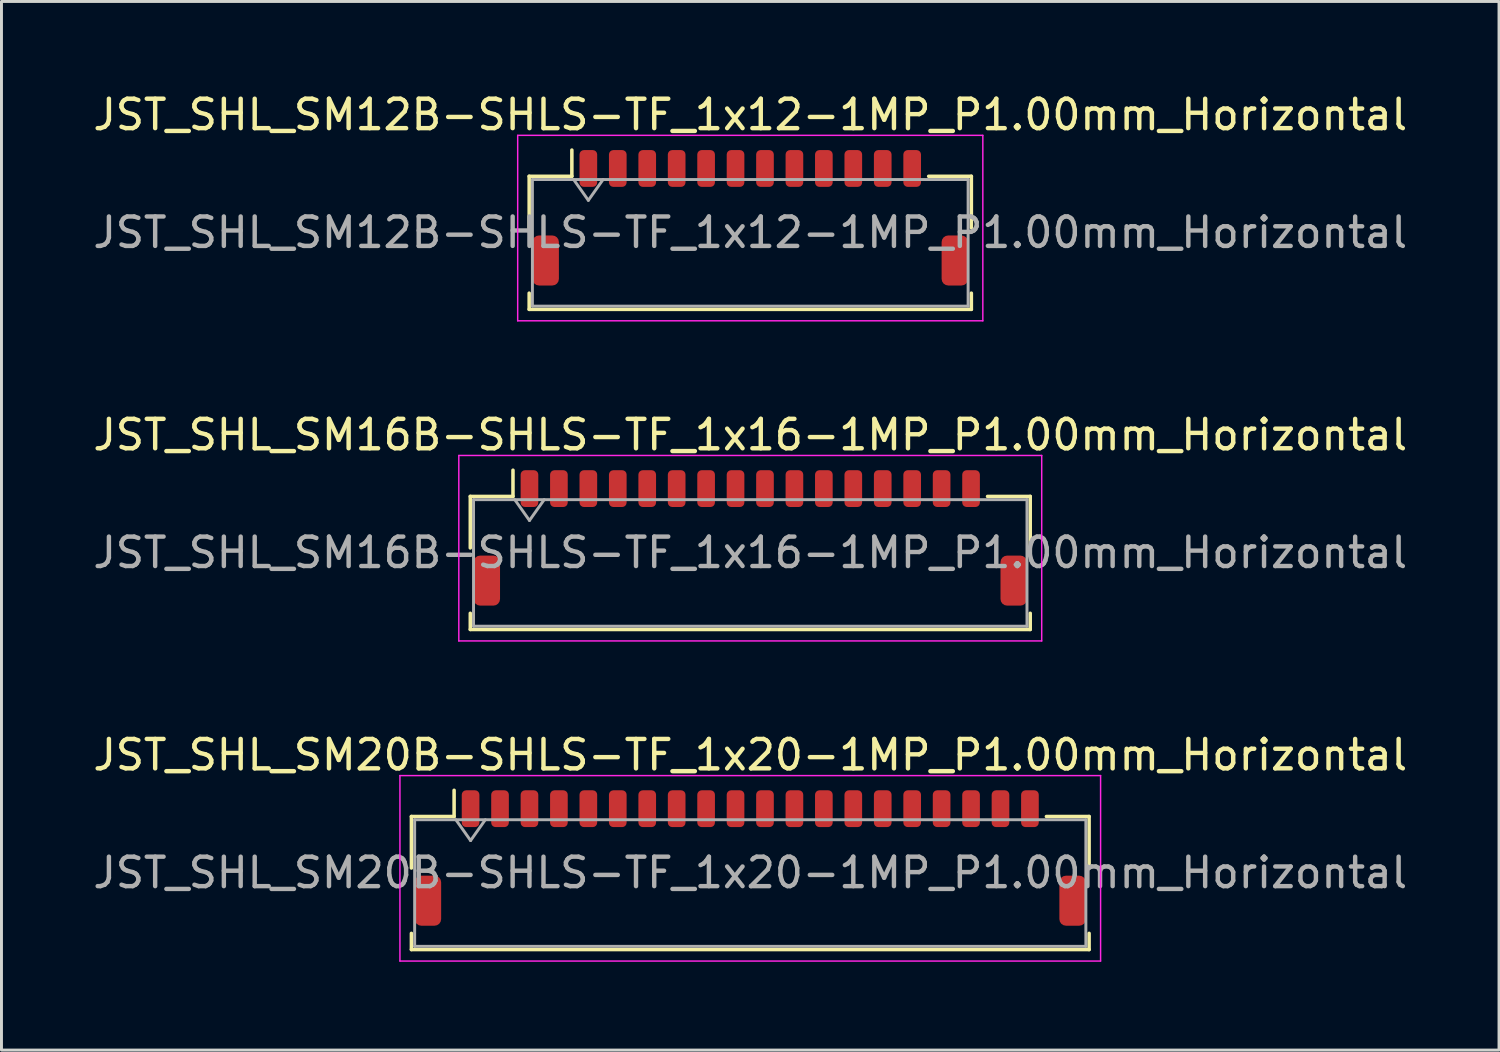
<source format=kicad_pcb>
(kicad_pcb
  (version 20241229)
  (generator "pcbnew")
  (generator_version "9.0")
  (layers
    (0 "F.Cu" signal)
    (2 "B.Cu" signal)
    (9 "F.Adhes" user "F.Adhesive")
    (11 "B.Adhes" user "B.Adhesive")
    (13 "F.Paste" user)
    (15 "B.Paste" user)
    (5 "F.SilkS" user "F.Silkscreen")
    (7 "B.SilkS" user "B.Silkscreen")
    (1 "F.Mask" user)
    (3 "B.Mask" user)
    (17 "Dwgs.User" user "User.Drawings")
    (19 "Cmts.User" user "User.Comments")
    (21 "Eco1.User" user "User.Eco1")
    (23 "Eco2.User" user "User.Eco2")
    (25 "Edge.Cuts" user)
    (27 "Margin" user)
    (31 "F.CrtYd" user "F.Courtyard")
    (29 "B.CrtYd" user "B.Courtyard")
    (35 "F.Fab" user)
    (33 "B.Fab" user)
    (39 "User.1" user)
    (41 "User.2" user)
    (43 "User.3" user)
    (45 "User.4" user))
  (footprint "JST_SHL_SM16B-SHLS-TF_1x16-1MP_P1.00mm_Horizontal"
    (layer "F.Cu")
    (at 22.435 15.222)
    (property "Reference" "JST_SHL_SM16B-SHLS-TF_1x16-1MP_P1.00mm_Horizontal" (at 0 -3.5 0) (layer "F.SilkS") (effects (font (size 1 1) (thickness 0.15))))
    (attr smd)
    (fp_line (start -9.51 -1.41) (end -8.06 -1.41) (stroke (width 0.12) (type solid)) (layer "F.SilkS"))
    (fp_line (start -9.51 0.34) (end -9.51 -1.41) (stroke (width 0.12) (type solid)) (layer "F.SilkS"))
    (fp_line (start -9.51 2.56) (end -9.51 3.11) (stroke (width 0.12) (type solid)) (layer "F.SilkS"))
    (fp_line (start -9.51 3.11) (end 9.51 3.11) (stroke (width 0.12) (type solid)) (layer "F.SilkS"))
    (fp_line (start -8.06 -1.41) (end -8.06 -2.3) (stroke (width 0.12) (type solid)) (layer "F.SilkS"))
    (fp_line (start 9.51 -1.41) (end 8.06 -1.41) (stroke (width 0.12) (type solid)) (layer "F.SilkS"))
    (fp_line (start 9.51 0.34) (end 9.51 -1.41) (stroke (width 0.12) (type solid)) (layer "F.SilkS"))
    (fp_line (start 9.51 3.11) (end 9.51 2.56) (stroke (width 0.12) (type solid)) (layer "F.SilkS"))
    (fp_line (start -9.9 -2.8) (end -9.9 3.5) (stroke (width 0.05) (type solid)) (layer "F.CrtYd"))
    (fp_line (start -9.9 3.5) (end 9.9 3.5) (stroke (width 0.05) (type solid)) (layer "F.CrtYd"))
    (fp_line (start 9.9 -2.8) (end -9.9 -2.8) (stroke (width 0.05) (type solid)) (layer "F.CrtYd"))
    (fp_line (start 9.9 3.5) (end 9.9 -2.8) (stroke (width 0.05) (type solid)) (layer "F.CrtYd"))
    (fp_line (start -9.4 -1.3) (end -9.4 3) (stroke (width 0.1) (type solid)) (layer "F.Fab"))
    (fp_line (start -9.4 -1.3) (end 9.4 -1.3) (stroke (width 0.1) (type solid)) (layer "F.Fab"))
    (fp_line (start -9.4 3) (end 9.4 3) (stroke (width 0.1) (type solid)) (layer "F.Fab"))
    (fp_line (start -8 -1.3) (end -7.5 -0.593) (stroke (width 0.1) (type solid)) (layer "F.Fab"))
    (fp_line (start -7.5 -0.593) (end -7 -1.3) (stroke (width 0.1) (type solid)) (layer "F.Fab"))
    (fp_line (start 9.4 -1.3) (end 9.4 3) (stroke (width 0.1) (type solid)) (layer "F.Fab"))
    (fp_text user "${REFERENCE}" (at 0 0.5 0) (layer "F.Fab") (effects (font (size 1 1) (thickness 0.15))))
    (pad "1" smd roundrect (at -7.5 -1.675) (size 0.6 1.25) (layers "F.Cu" "F.Mask" "F.Paste") (roundrect_rratio 0.25))
    (pad "2" smd roundrect (at -6.5 -1.675) (size 0.6 1.25) (layers "F.Cu" "F.Mask" "F.Paste") (roundrect_rratio 0.25))
    (pad "3" smd roundrect (at -5.5 -1.675) (size 0.6 1.25) (layers "F.Cu" "F.Mask" "F.Paste") (roundrect_rratio 0.25))
    (pad "4" smd roundrect (at -4.5 -1.675) (size 0.6 1.25) (layers "F.Cu" "F.Mask" "F.Paste") (roundrect_rratio 0.25))
    (pad "5" smd roundrect (at -3.5 -1.675) (size 0.6 1.25) (layers "F.Cu" "F.Mask" "F.Paste") (roundrect_rratio 0.25))
    (pad "6" smd roundrect (at -2.5 -1.675) (size 0.6 1.25) (layers "F.Cu" "F.Mask" "F.Paste") (roundrect_rratio 0.25))
    (pad "7" smd roundrect (at -1.5 -1.675) (size 0.6 1.25) (layers "F.Cu" "F.Mask" "F.Paste") (roundrect_rratio 0.25))
    (pad "8" smd roundrect (at -0.5 -1.675) (size 0.6 1.25) (layers "F.Cu" "F.Mask" "F.Paste") (roundrect_rratio 0.25))
    (pad "9" smd roundrect (at 0.5 -1.675) (size 0.6 1.25) (layers "F.Cu" "F.Mask" "F.Paste") (roundrect_rratio 0.25))
    (pad "10" smd roundrect (at 1.5 -1.675) (size 0.6 1.25) (layers "F.Cu" "F.Mask" "F.Paste") (roundrect_rratio 0.25))
    (pad "11" smd roundrect (at 2.5 -1.675) (size 0.6 1.25) (layers "F.Cu" "F.Mask" "F.Paste") (roundrect_rratio 0.25))
    (pad "12" smd roundrect (at 3.5 -1.675) (size 0.6 1.25) (layers "F.Cu" "F.Mask" "F.Paste") (roundrect_rratio 0.25))
    (pad "13" smd roundrect (at 4.5 -1.675) (size 0.6 1.25) (layers "F.Cu" "F.Mask" "F.Paste") (roundrect_rratio 0.25))
    (pad "14" smd roundrect (at 5.5 -1.675) (size 0.6 1.25) (layers "F.Cu" "F.Mask" "F.Paste") (roundrect_rratio 0.25))
    (pad "15" smd roundrect (at 6.5 -1.675) (size 0.6 1.25) (layers "F.Cu" "F.Mask" "F.Paste") (roundrect_rratio 0.25))
    (pad "16" smd roundrect (at 7.5 -1.675) (size 0.6 1.25) (layers "F.Cu" "F.Mask" "F.Paste") (roundrect_rratio 0.25))
    (pad "MP" smd roundrect (at -8.95 1.45) (size 0.9 1.7) (layers "F.Cu" "F.Mask" "F.Paste") (roundrect_rratio 0.25))
    (pad "MP" smd roundrect (at 8.95 1.45) (size 0.9 1.7) (layers "F.Cu" "F.Mask" "F.Paste") (roundrect_rratio 0.25)))
  (footprint "JST_SHL_SM20B-SHLS-TF_1x20-1MP_P1.00mm_Horizontal"
    (layer "F.Cu")
    (at 22.435 26.095)
    (property "Reference" "JST_SHL_SM20B-SHLS-TF_1x20-1MP_P1.00mm_Horizontal" (at 0 -3.5 0) (layer "F.SilkS") (effects (font (size 1 1) (thickness 0.15))))
    (attr smd)
    (fp_line (start -11.51 -1.41) (end -10.06 -1.41) (stroke (width 0.12) (type solid)) (layer "F.SilkS"))
    (fp_line (start -11.51 0.34) (end -11.51 -1.41) (stroke (width 0.12) (type solid)) (layer "F.SilkS"))
    (fp_line (start -11.51 2.56) (end -11.51 3.11) (stroke (width 0.12) (type solid)) (layer "F.SilkS"))
    (fp_line (start -11.51 3.11) (end 11.51 3.11) (stroke (width 0.12) (type solid)) (layer "F.SilkS"))
    (fp_line (start -10.06 -1.41) (end -10.06 -2.3) (stroke (width 0.12) (type solid)) (layer "F.SilkS"))
    (fp_line (start 11.51 -1.41) (end 10.06 -1.41) (stroke (width 0.12) (type solid)) (layer "F.SilkS"))
    (fp_line (start 11.51 0.34) (end 11.51 -1.41) (stroke (width 0.12) (type solid)) (layer "F.SilkS"))
    (fp_line (start 11.51 3.11) (end 11.51 2.56) (stroke (width 0.12) (type solid)) (layer "F.SilkS"))
    (fp_line (start -11.9 -2.8) (end -11.9 3.5) (stroke (width 0.05) (type solid)) (layer "F.CrtYd"))
    (fp_line (start -11.9 3.5) (end 11.9 3.5) (stroke (width 0.05) (type solid)) (layer "F.CrtYd"))
    (fp_line (start 11.9 -2.8) (end -11.9 -2.8) (stroke (width 0.05) (type solid)) (layer "F.CrtYd"))
    (fp_line (start 11.9 3.5) (end 11.9 -2.8) (stroke (width 0.05) (type solid)) (layer "F.CrtYd"))
    (fp_line (start -11.4 -1.3) (end -11.4 3) (stroke (width 0.1) (type solid)) (layer "F.Fab"))
    (fp_line (start -11.4 -1.3) (end 11.4 -1.3) (stroke (width 0.1) (type solid)) (layer "F.Fab"))
    (fp_line (start -11.4 3) (end 11.4 3) (stroke (width 0.1) (type solid)) (layer "F.Fab"))
    (fp_line (start -10 -1.3) (end -9.5 -0.593) (stroke (width 0.1) (type solid)) (layer "F.Fab"))
    (fp_line (start -9.5 -0.593) (end -9 -1.3) (stroke (width 0.1) (type solid)) (layer "F.Fab"))
    (fp_line (start 11.4 -1.3) (end 11.4 3) (stroke (width 0.1) (type solid)) (layer "F.Fab"))
    (fp_text user "${REFERENCE}" (at 0 0.5 0) (layer "F.Fab") (effects (font (size 1 1) (thickness 0.15))))
    (pad "1" smd roundrect (at -9.5 -1.675) (size 0.6 1.25) (layers "F.Cu" "F.Mask" "F.Paste") (roundrect_rratio 0.25))
    (pad "2" smd roundrect (at -8.5 -1.675) (size 0.6 1.25) (layers "F.Cu" "F.Mask" "F.Paste") (roundrect_rratio 0.25))
    (pad "3" smd roundrect (at -7.5 -1.675) (size 0.6 1.25) (layers "F.Cu" "F.Mask" "F.Paste") (roundrect_rratio 0.25))
    (pad "4" smd roundrect (at -6.5 -1.675) (size 0.6 1.25) (layers "F.Cu" "F.Mask" "F.Paste") (roundrect_rratio 0.25))
    (pad "5" smd roundrect (at -5.5 -1.675) (size 0.6 1.25) (layers "F.Cu" "F.Mask" "F.Paste") (roundrect_rratio 0.25))
    (pad "6" smd roundrect (at -4.5 -1.675) (size 0.6 1.25) (layers "F.Cu" "F.Mask" "F.Paste") (roundrect_rratio 0.25))
    (pad "7" smd roundrect (at -3.5 -1.675) (size 0.6 1.25) (layers "F.Cu" "F.Mask" "F.Paste") (roundrect_rratio 0.25))
    (pad "8" smd roundrect (at -2.5 -1.675) (size 0.6 1.25) (layers "F.Cu" "F.Mask" "F.Paste") (roundrect_rratio 0.25))
    (pad "9" smd roundrect (at -1.5 -1.675) (size 0.6 1.25) (layers "F.Cu" "F.Mask" "F.Paste") (roundrect_rratio 0.25))
    (pad "10" smd roundrect (at -0.5 -1.675) (size 0.6 1.25) (layers "F.Cu" "F.Mask" "F.Paste") (roundrect_rratio 0.25))
    (pad "11" smd roundrect (at 0.5 -1.675) (size 0.6 1.25) (layers "F.Cu" "F.Mask" "F.Paste") (roundrect_rratio 0.25))
    (pad "12" smd roundrect (at 1.5 -1.675) (size 0.6 1.25) (layers "F.Cu" "F.Mask" "F.Paste") (roundrect_rratio 0.25))
    (pad "13" smd roundrect (at 2.5 -1.675) (size 0.6 1.25) (layers "F.Cu" "F.Mask" "F.Paste") (roundrect_rratio 0.25))
    (pad "14" smd roundrect (at 3.5 -1.675) (size 0.6 1.25) (layers "F.Cu" "F.Mask" "F.Paste") (roundrect_rratio 0.25))
    (pad "15" smd roundrect (at 4.5 -1.675) (size 0.6 1.25) (layers "F.Cu" "F.Mask" "F.Paste") (roundrect_rratio 0.25))
    (pad "16" smd roundrect (at 5.5 -1.675) (size 0.6 1.25) (layers "F.Cu" "F.Mask" "F.Paste") (roundrect_rratio 0.25))
    (pad "17" smd roundrect (at 6.5 -1.675) (size 0.6 1.25) (layers "F.Cu" "F.Mask" "F.Paste") (roundrect_rratio 0.25))
    (pad "18" smd roundrect (at 7.5 -1.675) (size 0.6 1.25) (layers "F.Cu" "F.Mask" "F.Paste") (roundrect_rratio 0.25))
    (pad "19" smd roundrect (at 8.5 -1.675) (size 0.6 1.25) (layers "F.Cu" "F.Mask" "F.Paste") (roundrect_rratio 0.25))
    (pad "20" smd roundrect (at 9.5 -1.675) (size 0.6 1.25) (layers "F.Cu" "F.Mask" "F.Paste") (roundrect_rratio 0.25))
    (pad "MP" smd roundrect (at -10.95 1.45) (size 0.9 1.7) (layers "F.Cu" "F.Mask" "F.Paste") (roundrect_rratio 0.25))
    (pad "MP" smd roundrect (at 10.95 1.45) (size 0.9 1.7) (layers "F.Cu" "F.Mask" "F.Paste") (roundrect_rratio 0.25)))
  (footprint "JST_SHL_SM12B-SHLS-TF_1x12-1MP_P1.00mm_Horizontal"
    (layer "F.Cu")
    (at 22.435 4.348)
    (property "Reference" "JST_SHL_SM12B-SHLS-TF_1x12-1MP_P1.00mm_Horizontal" (at 0 -3.5 0) (layer "F.SilkS") (effects (font (size 1 1) (thickness 0.15))))
    (attr smd)
    (fp_line (start -7.51 -1.41) (end -6.06 -1.41) (stroke (width 0.12) (type solid)) (layer "F.SilkS"))
    (fp_line (start -7.51 0.34) (end -7.51 -1.41) (stroke (width 0.12) (type solid)) (layer "F.SilkS"))
    (fp_line (start -7.51 2.56) (end -7.51 3.11) (stroke (width 0.12) (type solid)) (layer "F.SilkS"))
    (fp_line (start -7.51 3.11) (end 7.51 3.11) (stroke (width 0.12) (type solid)) (layer "F.SilkS"))
    (fp_line (start -6.06 -1.41) (end -6.06 -2.3) (stroke (width 0.12) (type solid)) (layer "F.SilkS"))
    (fp_line (start 7.51 -1.41) (end 6.06 -1.41) (stroke (width 0.12) (type solid)) (layer "F.SilkS"))
    (fp_line (start 7.51 0.34) (end 7.51 -1.41) (stroke (width 0.12) (type solid)) (layer "F.SilkS"))
    (fp_line (start 7.51 3.11) (end 7.51 2.56) (stroke (width 0.12) (type solid)) (layer "F.SilkS"))
    (fp_line (start -7.9 -2.8) (end -7.9 3.5) (stroke (width 0.05) (type solid)) (layer "F.CrtYd"))
    (fp_line (start -7.9 3.5) (end 7.9 3.5) (stroke (width 0.05) (type solid)) (layer "F.CrtYd"))
    (fp_line (start 7.9 -2.8) (end -7.9 -2.8) (stroke (width 0.05) (type solid)) (layer "F.CrtYd"))
    (fp_line (start 7.9 3.5) (end 7.9 -2.8) (stroke (width 0.05) (type solid)) (layer "F.CrtYd"))
    (fp_line (start -7.4 -1.3) (end -7.4 3) (stroke (width 0.1) (type solid)) (layer "F.Fab"))
    (fp_line (start -7.4 -1.3) (end 7.4 -1.3) (stroke (width 0.1) (type solid)) (layer "F.Fab"))
    (fp_line (start -7.4 3) (end 7.4 3) (stroke (width 0.1) (type solid)) (layer "F.Fab"))
    (fp_line (start -6 -1.3) (end -5.5 -0.593) (stroke (width 0.1) (type solid)) (layer "F.Fab"))
    (fp_line (start -5.5 -0.593) (end -5 -1.3) (stroke (width 0.1) (type solid)) (layer "F.Fab"))
    (fp_line (start 7.4 -1.3) (end 7.4 3) (stroke (width 0.1) (type solid)) (layer "F.Fab"))
    (fp_text user "${REFERENCE}" (at 0 0.5 0) (layer "F.Fab") (effects (font (size 1 1) (thickness 0.15))))
    (pad "1" smd roundrect (at -5.5 -1.675) (size 0.6 1.25) (layers "F.Cu" "F.Mask" "F.Paste") (roundrect_rratio 0.25))
    (pad "2" smd roundrect (at -4.5 -1.675) (size 0.6 1.25) (layers "F.Cu" "F.Mask" "F.Paste") (roundrect_rratio 0.25))
    (pad "3" smd roundrect (at -3.5 -1.675) (size 0.6 1.25) (layers "F.Cu" "F.Mask" "F.Paste") (roundrect_rratio 0.25))
    (pad "4" smd roundrect (at -2.5 -1.675) (size 0.6 1.25) (layers "F.Cu" "F.Mask" "F.Paste") (roundrect_rratio 0.25))
    (pad "5" smd roundrect (at -1.5 -1.675) (size 0.6 1.25) (layers "F.Cu" "F.Mask" "F.Paste") (roundrect_rratio 0.25))
    (pad "6" smd roundrect (at -0.5 -1.675) (size 0.6 1.25) (layers "F.Cu" "F.Mask" "F.Paste") (roundrect_rratio 0.25))
    (pad "7" smd roundrect (at 0.5 -1.675) (size 0.6 1.25) (layers "F.Cu" "F.Mask" "F.Paste") (roundrect_rratio 0.25))
    (pad "8" smd roundrect (at 1.5 -1.675) (size 0.6 1.25) (layers "F.Cu" "F.Mask" "F.Paste") (roundrect_rratio 0.25))
    (pad "9" smd roundrect (at 2.5 -1.675) (size 0.6 1.25) (layers "F.Cu" "F.Mask" "F.Paste") (roundrect_rratio 0.25))
    (pad "10" smd roundrect (at 3.5 -1.675) (size 0.6 1.25) (layers "F.Cu" "F.Mask" "F.Paste") (roundrect_rratio 0.25))
    (pad "11" smd roundrect (at 4.5 -1.675) (size 0.6 1.25) (layers "F.Cu" "F.Mask" "F.Paste") (roundrect_rratio 0.25))
    (pad "12" smd roundrect (at 5.5 -1.675) (size 0.6 1.25) (layers "F.Cu" "F.Mask" "F.Paste") (roundrect_rratio 0.25))
    (pad "MP" smd roundrect (at -6.95 1.45) (size 0.9 1.7) (layers "F.Cu" "F.Mask" "F.Paste") (roundrect_rratio 0.25))
    (pad "MP" smd roundrect (at 6.95 1.45) (size 0.9 1.7) (layers "F.Cu" "F.Mask" "F.Paste") (roundrect_rratio 0.25)))
  (gr_rect
    (start -3 -3)
    (end 47.869 32.62)
    (stroke (width 0.1) (type default))
    (fill no)
    (layer "Edge.Cuts")))
</source>
